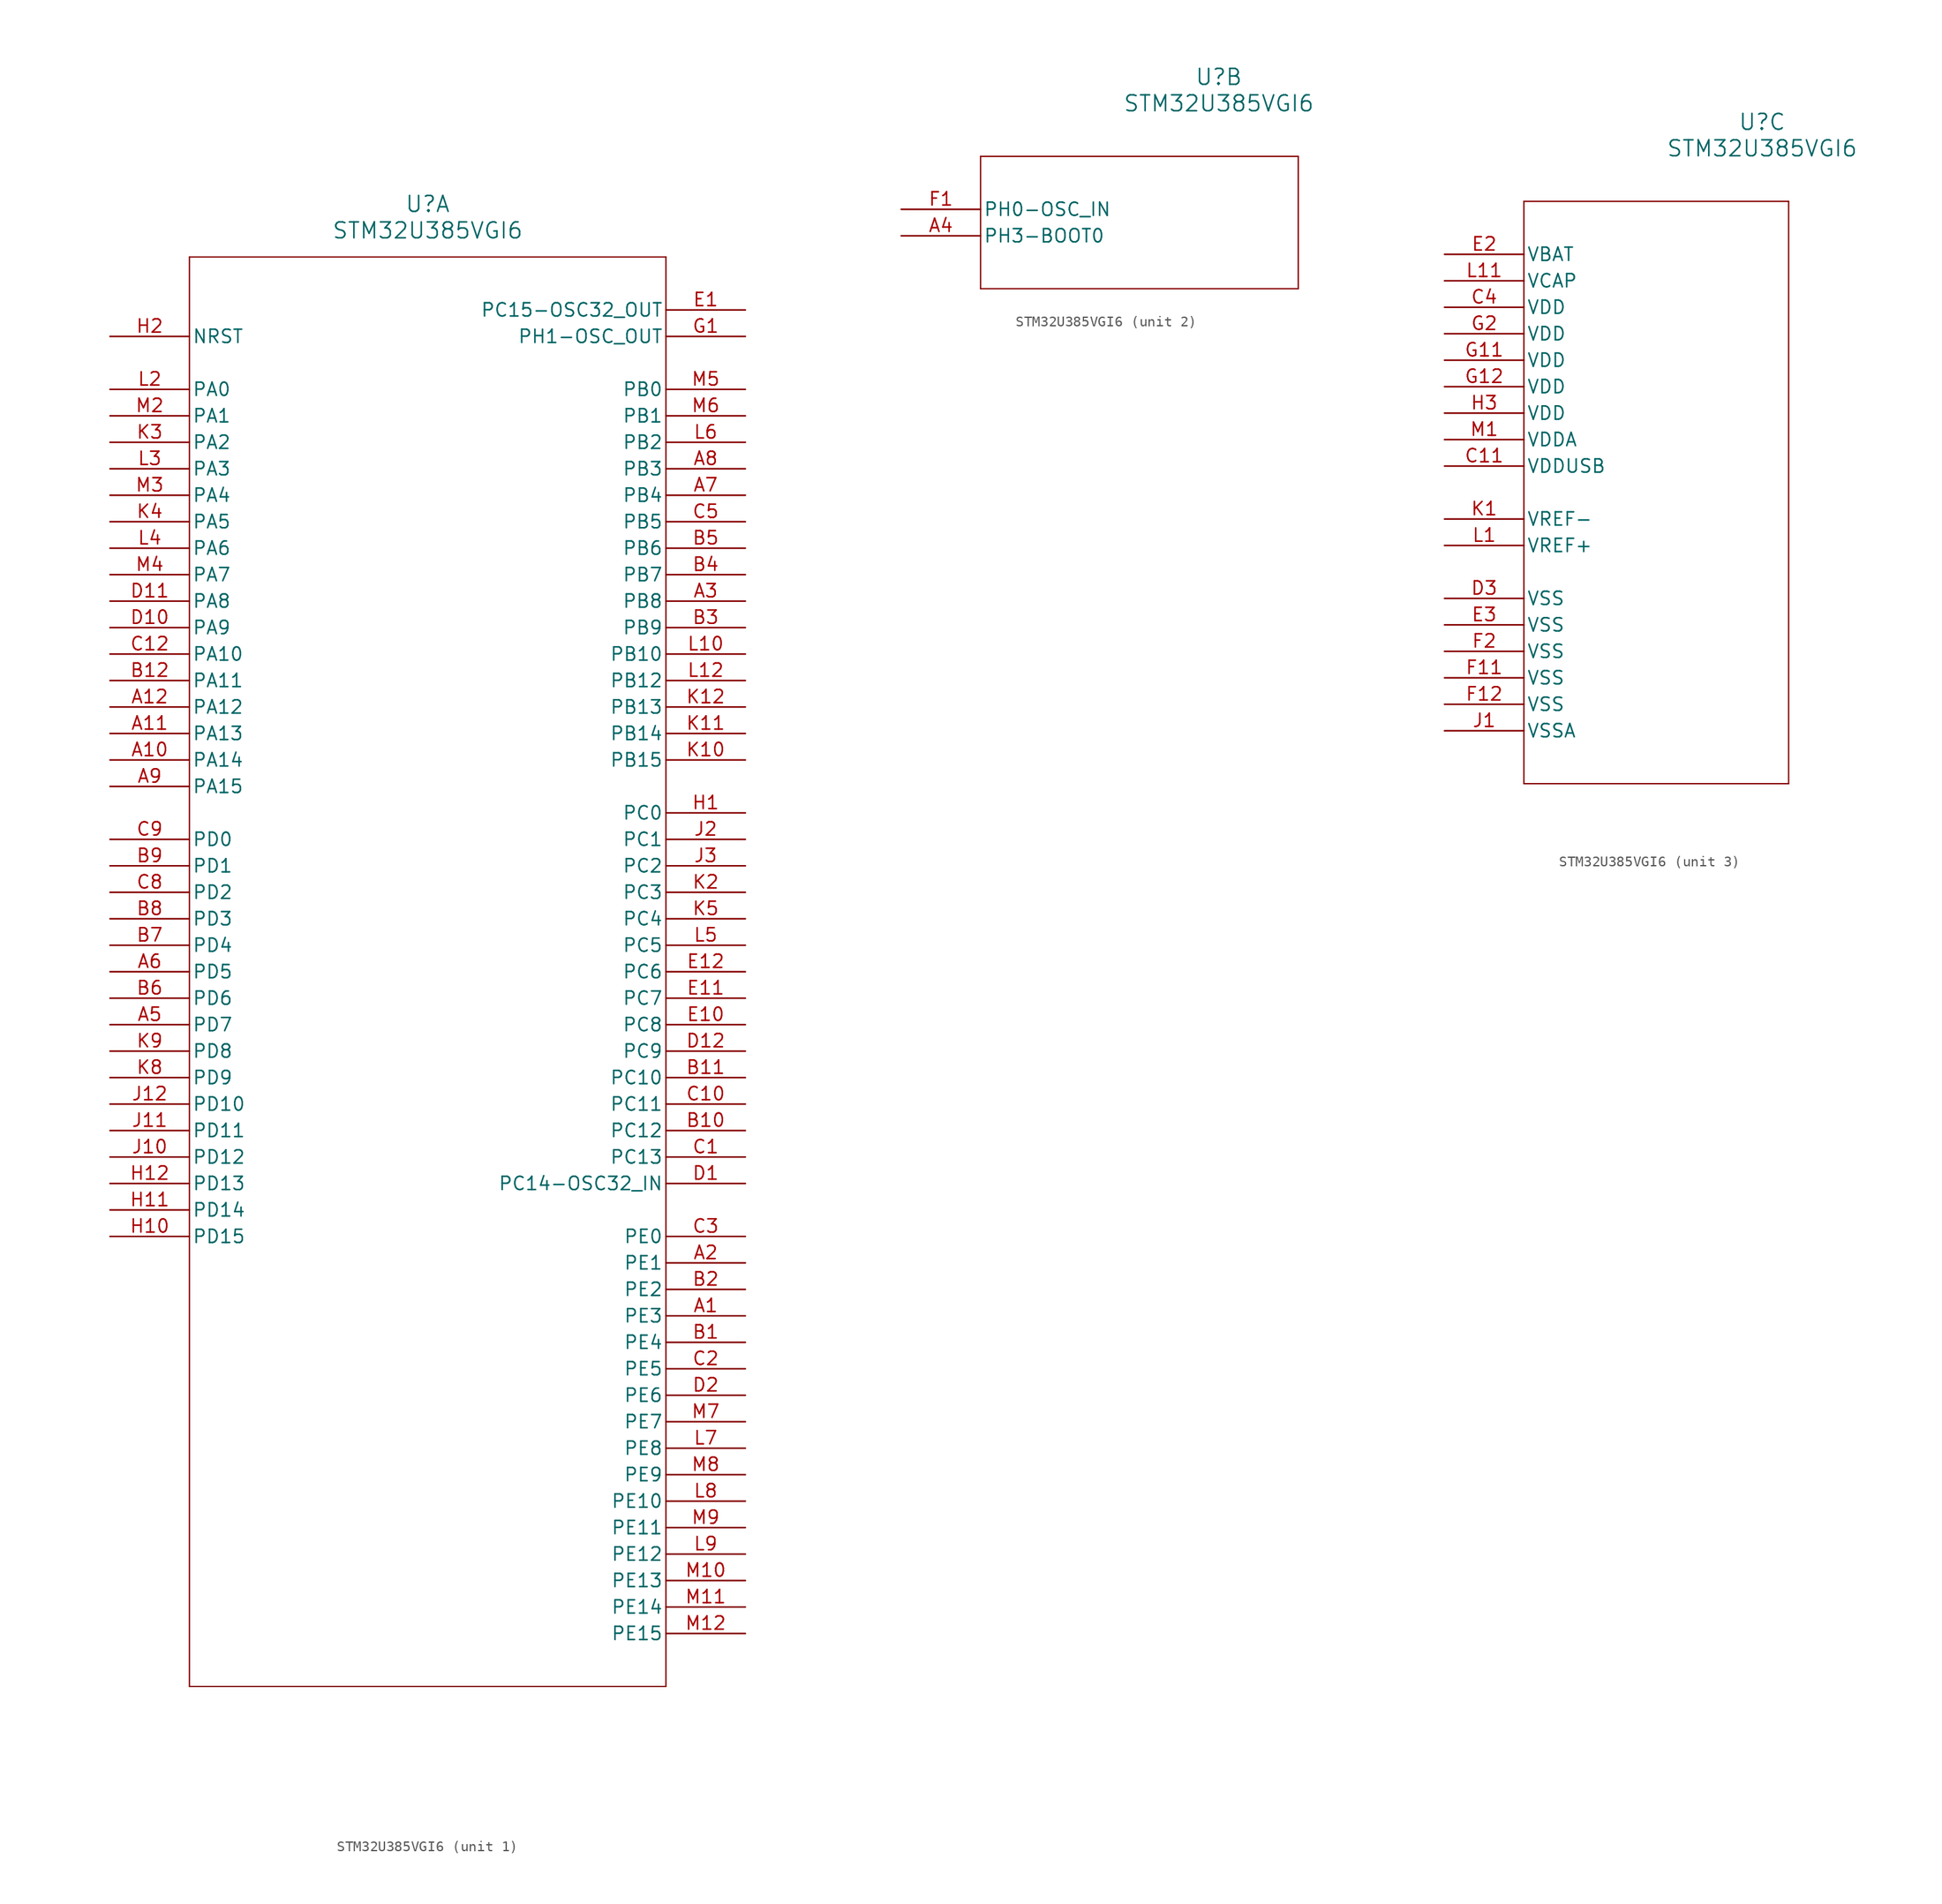
<source format=kicad_sym>
(kicad_symbol_lib
  (version 20211014)
  (generator kicad_symbol_editor)
  (symbol "STM32U385VGI6"
    (pin_names
      (offset 0.254))
    (property "Reference" "U"
      (at 30.48 12.7 0)
      (effects (font (size 1.524 1.524))))
    (property "Value" "STM32U385VGI6"
      (at 30.48 10.16 0)
      (effects (font (size 1.524 1.524))))
    (symbol "STM32U385VGI6_1_1"
      (polyline (pts (xy 7.62 7.62) (xy 7.62 -129.54)) (stroke (width 0.127) (type default) (color 0 0 0 0)) (fill (type none)))
      (polyline (pts (xy 7.62 -129.54) (xy 53.34 -129.54)) (stroke (width 0.127) (type default) (color 0 0 0 0)) (fill (type none)))
      (polyline (pts (xy 53.34 -129.54) (xy 53.34 7.62)) (stroke (width 0.127) (type default) (color 0 0 0 0)) (fill (type none)))
      (polyline (pts (xy 53.34 7.62) (xy 7.62 7.62)) (stroke (width 0.127) (type default) (color 0 0 0 0)) (fill (type none)))
      (pin bidirectional line (at 60.96 -93.98 180) (length 7.62) (name "PE3" (effects (font (size 1.27 1.27)))) (number "A1" (effects (font (size 1.27 1.27)))))
      (pin bidirectional line (at 60.96 -88.9 180) (length 7.62) (name "PE1" (effects (font (size 1.27 1.27)))) (number "A2" (effects (font (size 1.27 1.27)))))
      (pin bidirectional line (at 60.96 -25.4 180) (length 7.62) (name "PB8" (effects (font (size 1.27 1.27)))) (number "A3" (effects (font (size 1.27 1.27)))))
      (pin bidirectional line (at 0 -66.04 0) (length 7.62) (name "PD7" (effects (font (size 1.27 1.27)))) (number "A5" (effects (font (size 1.27 1.27)))))
      (pin bidirectional line (at 0 -60.96 0) (length 7.62) (name "PD5" (effects (font (size 1.27 1.27)))) (number "A6" (effects (font (size 1.27 1.27)))))
      (pin bidirectional line (at 60.96 -15.24 180) (length 7.62) (name "PB4" (effects (font (size 1.27 1.27)))) (number "A7" (effects (font (size 1.27 1.27)))))
      (pin bidirectional line (at 60.96 -12.7 180) (length 7.62) (name "PB3" (effects (font (size 1.27 1.27)))) (number "A8" (effects (font (size 1.27 1.27)))))
      (pin bidirectional line (at 0 -43.18 0) (length 7.62) (name "PA15" (effects (font (size 1.27 1.27)))) (number "A9" (effects (font (size 1.27 1.27)))))
      (pin bidirectional line (at 0 -40.64 0) (length 7.62) (name "PA14" (effects (font (size 1.27 1.27)))) (number "A10" (effects (font (size 1.27 1.27)))))
      (pin bidirectional line (at 0 -38.1 0) (length 7.62) (name "PA13" (effects (font (size 1.27 1.27)))) (number "A11" (effects (font (size 1.27 1.27)))))
      (pin bidirectional line (at 0 -35.56 0) (length 7.62) (name "PA12" (effects (font (size 1.27 1.27)))) (number "A12" (effects (font (size 1.27 1.27)))))
      (pin bidirectional line (at 60.96 -96.52 180) (length 7.62) (name "PE4" (effects (font (size 1.27 1.27)))) (number "B1" (effects (font (size 1.27 1.27)))))
      (pin bidirectional line (at 60.96 -91.44 180) (length 7.62) (name "PE2" (effects (font (size 1.27 1.27)))) (number "B2" (effects (font (size 1.27 1.27)))))
      (pin bidirectional line (at 60.96 -27.94 180) (length 7.62) (name "PB9" (effects (font (size 1.27 1.27)))) (number "B3" (effects (font (size 1.27 1.27)))))
      (pin bidirectional line (at 60.96 -22.86 180) (length 7.62) (name "PB7" (effects (font (size 1.27 1.27)))) (number "B4" (effects (font (size 1.27 1.27)))))
      (pin bidirectional line (at 60.96 -20.32 180) (length 7.62) (name "PB6" (effects (font (size 1.27 1.27)))) (number "B5" (effects (font (size 1.27 1.27)))))
      (pin bidirectional line (at 0 -63.5 0) (length 7.62) (name "PD6" (effects (font (size 1.27 1.27)))) (number "B6" (effects (font (size 1.27 1.27)))))
      (pin bidirectional line (at 0 -58.42 0) (length 7.62) (name "PD4" (effects (font (size 1.27 1.27)))) (number "B7" (effects (font (size 1.27 1.27)))))
      (pin bidirectional line (at 0 -55.88 0) (length 7.62) (name "PD3" (effects (font (size 1.27 1.27)))) (number "B8" (effects (font (size 1.27 1.27)))))
      (pin bidirectional line (at 0 -50.8 0) (length 7.62) (name "PD1" (effects (font (size 1.27 1.27)))) (number "B9" (effects (font (size 1.27 1.27)))))
      (pin bidirectional line (at 60.96 -76.2 180) (length 7.62) (name "PC12" (effects (font (size 1.27 1.27)))) (number "B10" (effects (font (size 1.27 1.27)))))
      (pin bidirectional line (at 60.96 -71.12 180) (length 7.62) (name "PC10" (effects (font (size 1.27 1.27)))) (number "B11" (effects (font (size 1.27 1.27)))))
      (pin bidirectional line (at 0 -33.02 0) (length 7.62) (name "PA11" (effects (font (size 1.27 1.27)))) (number "B12" (effects (font (size 1.27 1.27)))))
      (pin bidirectional line (at 60.96 -78.74 180) (length 7.62) (name "PC13" (effects (font (size 1.27 1.27)))) (number "C1" (effects (font (size 1.27 1.27)))))
      (pin bidirectional line (at 60.96 -99.06 180) (length 7.62) (name "PE5" (effects (font (size 1.27 1.27)))) (number "C2" (effects (font (size 1.27 1.27)))))
      (pin bidirectional line (at 60.96 -86.36 180) (length 7.62) (name "PE0" (effects (font (size 1.27 1.27)))) (number "C3" (effects (font (size 1.27 1.27)))))
      (pin bidirectional line (at 60.96 -17.78 180) (length 7.62) (name "PB5" (effects (font (size 1.27 1.27)))) (number "C5" (effects (font (size 1.27 1.27)))))
      (pin bidirectional line (at 0 -53.34 0) (length 7.62) (name "PD2" (effects (font (size 1.27 1.27)))) (number "C8" (effects (font (size 1.27 1.27)))))
      (pin bidirectional line (at 0 -48.26 0) (length 7.62) (name "PD0" (effects (font (size 1.27 1.27)))) (number "C9" (effects (font (size 1.27 1.27)))))
      (pin bidirectional line (at 60.96 -73.66 180) (length 7.62) (name "PC11" (effects (font (size 1.27 1.27)))) (number "C10" (effects (font (size 1.27 1.27)))))
      (pin bidirectional line (at 0 -30.48 0) (length 7.62) (name "PA10" (effects (font (size 1.27 1.27)))) (number "C12" (effects (font (size 1.27 1.27)))))
      (pin bidirectional line (at 60.96 -81.28 180) (length 7.62) (name "PC14-OSC32_IN" (effects (font (size 1.27 1.27)))) (number "D1" (effects (font (size 1.27 1.27)))))
      (pin bidirectional line (at 60.96 -101.6 180) (length 7.62) (name "PE6" (effects (font (size 1.27 1.27)))) (number "D2" (effects (font (size 1.27 1.27)))))
      (pin bidirectional line (at 0 -27.94 0) (length 7.62) (name "PA9" (effects (font (size 1.27 1.27)))) (number "D10" (effects (font (size 1.27 1.27)))))
      (pin bidirectional line (at 0 -25.4 0) (length 7.62) (name "PA8" (effects (font (size 1.27 1.27)))) (number "D11" (effects (font (size 1.27 1.27)))))
      (pin bidirectional line (at 60.96 -68.58 180) (length 7.62) (name "PC9" (effects (font (size 1.27 1.27)))) (number "D12" (effects (font (size 1.27 1.27)))))
      (pin bidirectional line (at 60.96 2.54 180) (length 7.62) (name "PC15-OSC32_OUT" (effects (font (size 1.27 1.27)))) (number "E1" (effects (font (size 1.27 1.27)))))
      (pin bidirectional line (at 60.96 -66.04 180) (length 7.62) (name "PC8" (effects (font (size 1.27 1.27)))) (number "E10" (effects (font (size 1.27 1.27)))))
      (pin bidirectional line (at 60.96 -63.5 180) (length 7.62) (name "PC7" (effects (font (size 1.27 1.27)))) (number "E11" (effects (font (size 1.27 1.27)))))
      (pin bidirectional line (at 60.96 -60.96 180) (length 7.62) (name "PC6" (effects (font (size 1.27 1.27)))) (number "E12" (effects (font (size 1.27 1.27)))))
      (pin bidirectional line (at 60.96 0 180) (length 7.62) (name "PH1-OSC_OUT" (effects (font (size 1.27 1.27)))) (number "G1" (effects (font (size 1.27 1.27)))))
      (pin bidirectional line (at 60.96 -45.72 180) (length 7.62) (name "PC0" (effects (font (size 1.27 1.27)))) (number "H1" (effects (font (size 1.27 1.27)))))
      (pin bidirectional line (at 0 0 0) (length 7.62) (name "NRST" (effects (font (size 1.27 1.27)))) (number "H2" (effects (font (size 1.27 1.27)))))
      (pin bidirectional line (at 0 -86.36 0) (length 7.62) (name "PD15" (effects (font (size 1.27 1.27)))) (number "H10" (effects (font (size 1.27 1.27)))))
      (pin bidirectional line (at 0 -83.82 0) (length 7.62) (name "PD14" (effects (font (size 1.27 1.27)))) (number "H11" (effects (font (size 1.27 1.27)))))
      (pin bidirectional line (at 0 -81.28 0) (length 7.62) (name "PD13" (effects (font (size 1.27 1.27)))) (number "H12" (effects (font (size 1.27 1.27)))))
      (pin bidirectional line (at 60.96 -48.26 180) (length 7.62) (name "PC1" (effects (font (size 1.27 1.27)))) (number "J2" (effects (font (size 1.27 1.27)))))
      (pin bidirectional line (at 60.96 -50.8 180) (length 7.62) (name "PC2" (effects (font (size 1.27 1.27)))) (number "J3" (effects (font (size 1.27 1.27)))))
      (pin bidirectional line (at 0 -78.74 0) (length 7.62) (name "PD12" (effects (font (size 1.27 1.27)))) (number "J10" (effects (font (size 1.27 1.27)))))
      (pin bidirectional line (at 0 -76.2 0) (length 7.62) (name "PD11" (effects (font (size 1.27 1.27)))) (number "J11" (effects (font (size 1.27 1.27)))))
      (pin bidirectional line (at 0 -73.66 0) (length 7.62) (name "PD10" (effects (font (size 1.27 1.27)))) (number "J12" (effects (font (size 1.27 1.27)))))
      (pin bidirectional line (at 60.96 -53.34 180) (length 7.62) (name "PC3" (effects (font (size 1.27 1.27)))) (number "K2" (effects (font (size 1.27 1.27)))))
      (pin bidirectional line (at 0 -10.16 0) (length 7.62) (name "PA2" (effects (font (size 1.27 1.27)))) (number "K3" (effects (font (size 1.27 1.27)))))
      (pin bidirectional line (at 0 -17.78 0) (length 7.62) (name "PA5" (effects (font (size 1.27 1.27)))) (number "K4" (effects (font (size 1.27 1.27)))))
      (pin bidirectional line (at 60.96 -55.88 180) (length 7.62) (name "PC4" (effects (font (size 1.27 1.27)))) (number "K5" (effects (font (size 1.27 1.27)))))
      (pin bidirectional line (at 0 -71.12 0) (length 7.62) (name "PD9" (effects (font (size 1.27 1.27)))) (number "K8" (effects (font (size 1.27 1.27)))))
      (pin bidirectional line (at 0 -68.58 0) (length 7.62) (name "PD8" (effects (font (size 1.27 1.27)))) (number "K9" (effects (font (size 1.27 1.27)))))
      (pin bidirectional line (at 60.96 -40.64 180) (length 7.62) (name "PB15" (effects (font (size 1.27 1.27)))) (number "K10" (effects (font (size 1.27 1.27)))))
      (pin bidirectional line (at 60.96 -38.1 180) (length 7.62) (name "PB14" (effects (font (size 1.27 1.27)))) (number "K11" (effects (font (size 1.27 1.27)))))
      (pin bidirectional line (at 60.96 -35.56 180) (length 7.62) (name "PB13" (effects (font (size 1.27 1.27)))) (number "K12" (effects (font (size 1.27 1.27)))))
      (pin bidirectional line (at 0 -5.08 0) (length 7.62) (name "PA0" (effects (font (size 1.27 1.27)))) (number "L2" (effects (font (size 1.27 1.27)))))
      (pin bidirectional line (at 0 -12.7 0) (length 7.62) (name "PA3" (effects (font (size 1.27 1.27)))) (number "L3" (effects (font (size 1.27 1.27)))))
      (pin bidirectional line (at 0 -20.32 0) (length 7.62) (name "PA6" (effects (font (size 1.27 1.27)))) (number "L4" (effects (font (size 1.27 1.27)))))
      (pin bidirectional line (at 60.96 -58.42 180) (length 7.62) (name "PC5" (effects (font (size 1.27 1.27)))) (number "L5" (effects (font (size 1.27 1.27)))))
      (pin bidirectional line (at 60.96 -10.16 180) (length 7.62) (name "PB2" (effects (font (size 1.27 1.27)))) (number "L6" (effects (font (size 1.27 1.27)))))
      (pin bidirectional line (at 60.96 -106.68 180) (length 7.62) (name "PE8" (effects (font (size 1.27 1.27)))) (number "L7" (effects (font (size 1.27 1.27)))))
      (pin bidirectional line (at 60.96 -111.76 180) (length 7.62) (name "PE10" (effects (font (size 1.27 1.27)))) (number "L8" (effects (font (size 1.27 1.27)))))
      (pin bidirectional line (at 60.96 -116.84 180) (length 7.62) (name "PE12" (effects (font (size 1.27 1.27)))) (number "L9" (effects (font (size 1.27 1.27)))))
      (pin bidirectional line (at 60.96 -30.48 180) (length 7.62) (name "PB10" (effects (font (size 1.27 1.27)))) (number "L10" (effects (font (size 1.27 1.27)))))
      (pin bidirectional line (at 60.96 -33.02 180) (length 7.62) (name "PB12" (effects (font (size 1.27 1.27)))) (number "L12" (effects (font (size 1.27 1.27)))))
      (pin bidirectional line (at 0 -7.62 0) (length 7.62) (name "PA1" (effects (font (size 1.27 1.27)))) (number "M2" (effects (font (size 1.27 1.27)))))
      (pin bidirectional line (at 0 -15.24 0) (length 7.62) (name "PA4" (effects (font (size 1.27 1.27)))) (number "M3" (effects (font (size 1.27 1.27)))))
      (pin bidirectional line (at 0 -22.86 0) (length 7.62) (name "PA7" (effects (font (size 1.27 1.27)))) (number "M4" (effects (font (size 1.27 1.27)))))
      (pin bidirectional line (at 60.96 -5.08 180) (length 7.62) (name "PB0" (effects (font (size 1.27 1.27)))) (number "M5" (effects (font (size 1.27 1.27)))))
      (pin bidirectional line (at 60.96 -7.62 180) (length 7.62) (name "PB1" (effects (font (size 1.27 1.27)))) (number "M6" (effects (font (size 1.27 1.27)))))
      (pin bidirectional line (at 60.96 -104.14 180) (length 7.62) (name "PE7" (effects (font (size 1.27 1.27)))) (number "M7" (effects (font (size 1.27 1.27)))))
      (pin bidirectional line (at 60.96 -109.22 180) (length 7.62) (name "PE9" (effects (font (size 1.27 1.27)))) (number "M8" (effects (font (size 1.27 1.27)))))
      (pin bidirectional line (at 60.96 -114.3 180) (length 7.62) (name "PE11" (effects (font (size 1.27 1.27)))) (number "M9" (effects (font (size 1.27 1.27)))))
      (pin bidirectional line (at 60.96 -119.38 180) (length 7.62) (name "PE13" (effects (font (size 1.27 1.27)))) (number "M10" (effects (font (size 1.27 1.27)))))
      (pin bidirectional line (at 60.96 -121.92 180) (length 7.62) (name "PE14" (effects (font (size 1.27 1.27)))) (number "M11" (effects (font (size 1.27 1.27)))))
      (pin bidirectional line (at 60.96 -124.46 180) (length 7.62) (name "PE15" (effects (font (size 1.27 1.27)))) (number "M12" (effects (font (size 1.27 1.27))))))
    (symbol "STM32U385VGI6_2_1"
      (polyline (pts (xy 7.62 5.08) (xy 7.62 -7.62)) (stroke (width 0.127) (type default) (color 0 0 0 0)) (fill (type none)))
      (polyline (pts (xy 7.62 -7.62) (xy 38.1 -7.62)) (stroke (width 0.127) (type default) (color 0 0 0 0)) (fill (type none)))
      (polyline (pts (xy 38.1 -7.62) (xy 38.1 5.08)) (stroke (width 0.127) (type default) (color 0 0 0 0)) (fill (type none)))
      (polyline (pts (xy 38.1 5.08) (xy 7.62 5.08)) (stroke (width 0.127) (type default) (color 0 0 0 0)) (fill (type none)))
      (pin bidirectional line (at 0 -2.54 0) (length 7.62) (name "PH3-BOOT0" (effects (font (size 1.27 1.27)))) (number "A4" (effects (font (size 1.27 1.27)))))
      (pin bidirectional line (at 0 0 0) (length 7.62) (name "PH0-OSC_IN" (effects (font (size 1.27 1.27)))) (number "F1" (effects (font (size 1.27 1.27))))))
    (symbol "STM32U385VGI6_3_1"
      (polyline (pts (xy 7.62 5.08) (xy 7.62 -50.8)) (stroke (width 0.127) (type default) (color 0 0 0 0)) (fill (type none)))
      (polyline (pts (xy 7.62 -50.8) (xy 33.02 -50.8)) (stroke (width 0.127) (type default) (color 0 0 0 0)) (fill (type none)))
      (polyline (pts (xy 33.02 -50.8) (xy 33.02 5.08)) (stroke (width 0.127) (type default) (color 0 0 0 0)) (fill (type none)))
      (polyline (pts (xy 33.02 5.08) (xy 7.62 5.08)) (stroke (width 0.127) (type default) (color 0 0 0 0)) (fill (type none)))
      (pin power_in line (at 0 -5.08 0) (length 7.62) (name "VDD" (effects (font (size 1.27 1.27)))) (number "C4" (effects (font (size 1.27 1.27)))))
      (pin power_in line (at 0 -20.32 0) (length 7.62) (name "VDDUSB" (effects (font (size 1.27 1.27)))) (number "C11" (effects (font (size 1.27 1.27)))))
      (pin power_in line (at 0 -33.02 0) (length 7.62) (name "VSS" (effects (font (size 1.27 1.27)))) (number "D3" (effects (font (size 1.27 1.27)))))
      (pin power_in line (at 0 0 0) (length 7.62) (name "VBAT" (effects (font (size 1.27 1.27)))) (number "E2" (effects (font (size 1.27 1.27)))))
      (pin power_in line (at 0 -35.56 0) (length 7.62) (name "VSS" (effects (font (size 1.27 1.27)))) (number "E3" (effects (font (size 1.27 1.27)))))
      (pin power_in line (at 0 -38.1 0) (length 7.62) (name "VSS" (effects (font (size 1.27 1.27)))) (number "F2" (effects (font (size 1.27 1.27)))))
      (pin power_in line (at 0 -40.64 0) (length 7.62) (name "VSS" (effects (font (size 1.27 1.27)))) (number "F11" (effects (font (size 1.27 1.27)))))
      (pin power_in line (at 0 -43.18 0) (length 7.62) (name "VSS" (effects (font (size 1.27 1.27)))) (number "F12" (effects (font (size 1.27 1.27)))))
      (pin power_in line (at 0 -7.62 0) (length 7.62) (name "VDD" (effects (font (size 1.27 1.27)))) (number "G2" (effects (font (size 1.27 1.27)))))
      (pin power_in line (at 0 -10.16 0) (length 7.62) (name "VDD" (effects (font (size 1.27 1.27)))) (number "G11" (effects (font (size 1.27 1.27)))))
      (pin power_in line (at 0 -12.7 0) (length 7.62) (name "VDD" (effects (font (size 1.27 1.27)))) (number "G12" (effects (font (size 1.27 1.27)))))
      (pin power_in line (at 0 -15.24 0) (length 7.62) (name "VDD" (effects (font (size 1.27 1.27)))) (number "H3" (effects (font (size 1.27 1.27)))))
      (pin power_in line (at 0 -45.72 0) (length 7.62) (name "VSSA" (effects (font (size 1.27 1.27)))) (number "J1" (effects (font (size 1.27 1.27)))))
      (pin power_in line (at 0 -25.4 0) (length 7.62) (name "VREF-" (effects (font (size 1.27 1.27)))) (number "K1" (effects (font (size 1.27 1.27)))))
      (pin power_in line (at 0 -27.94 0) (length 7.62) (name "VREF+" (effects (font (size 1.27 1.27)))) (number "L1" (effects (font (size 1.27 1.27)))))
      (pin power_in line (at 0 -2.54 0) (length 7.62) (name "VCAP" (effects (font (size 1.27 1.27)))) (number "L11" (effects (font (size 1.27 1.27)))))
      (pin power_in line (at 0 -17.78 0) (length 7.62) (name "VDDA" (effects (font (size 1.27 1.27)))) (number "M1" (effects (font (size 1.27 1.27))))))))
</source>
